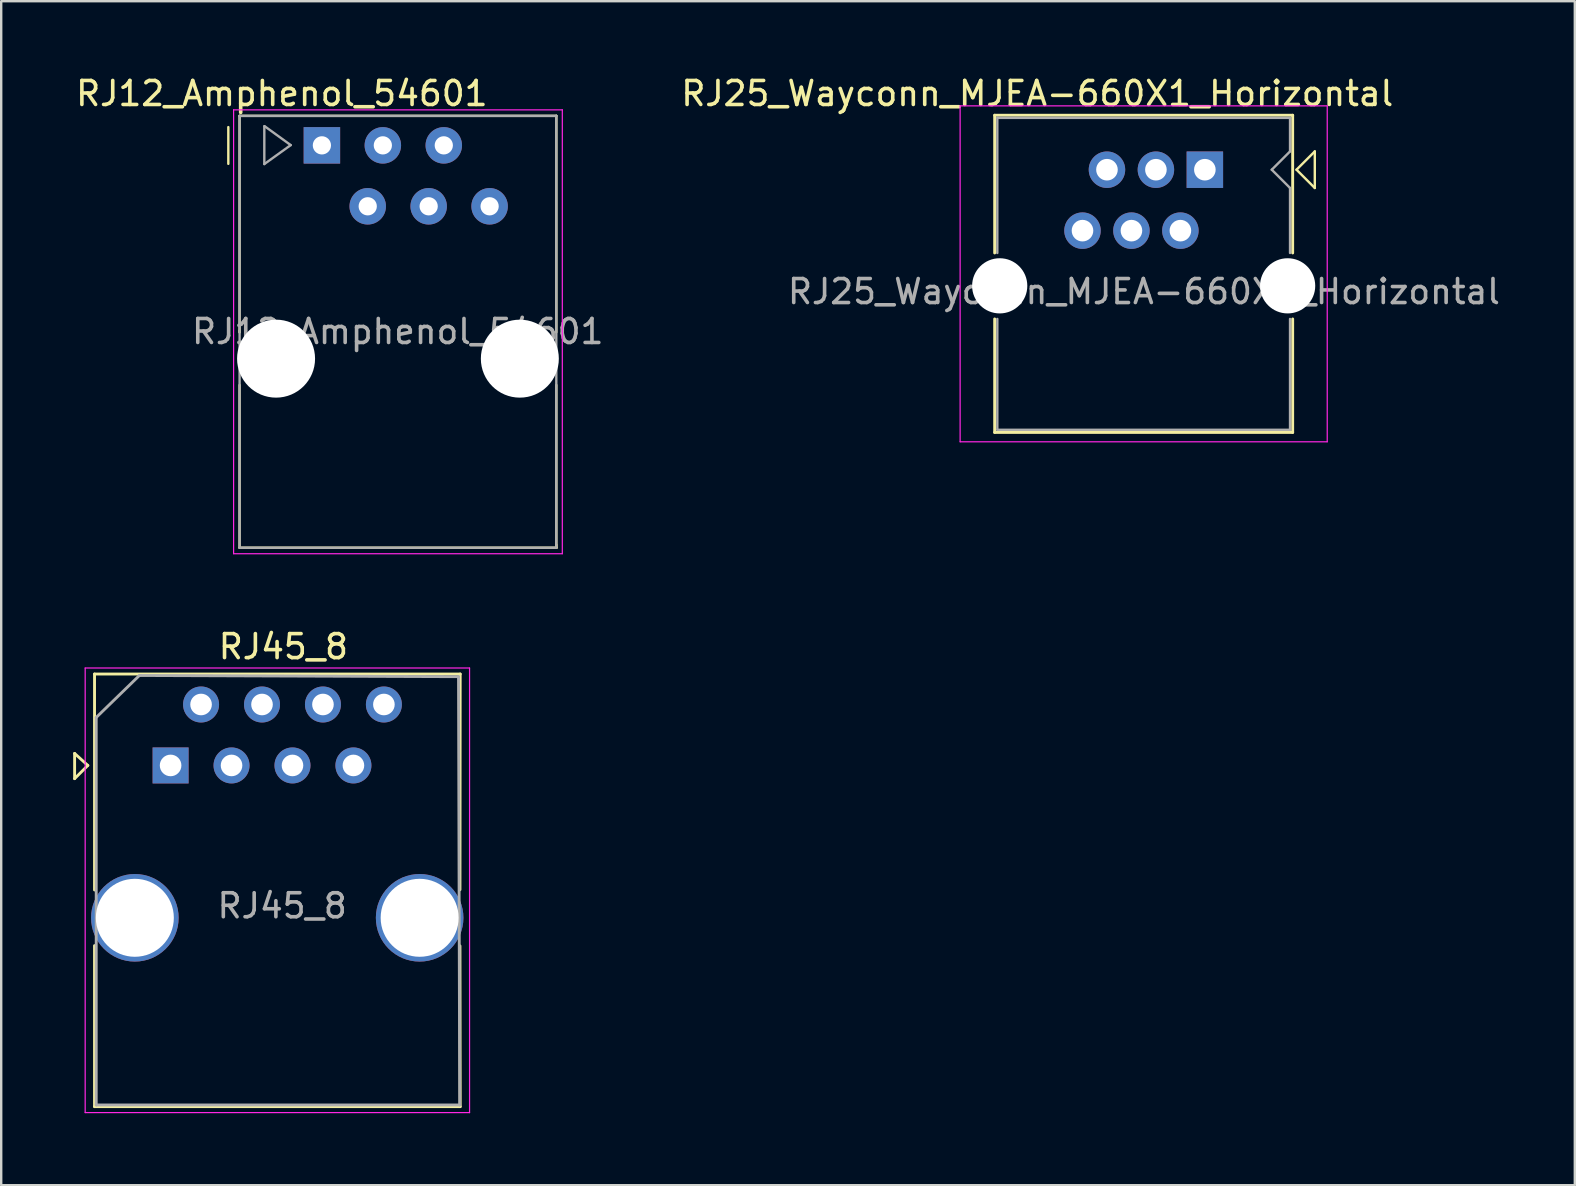
<source format=kicad_pcb>
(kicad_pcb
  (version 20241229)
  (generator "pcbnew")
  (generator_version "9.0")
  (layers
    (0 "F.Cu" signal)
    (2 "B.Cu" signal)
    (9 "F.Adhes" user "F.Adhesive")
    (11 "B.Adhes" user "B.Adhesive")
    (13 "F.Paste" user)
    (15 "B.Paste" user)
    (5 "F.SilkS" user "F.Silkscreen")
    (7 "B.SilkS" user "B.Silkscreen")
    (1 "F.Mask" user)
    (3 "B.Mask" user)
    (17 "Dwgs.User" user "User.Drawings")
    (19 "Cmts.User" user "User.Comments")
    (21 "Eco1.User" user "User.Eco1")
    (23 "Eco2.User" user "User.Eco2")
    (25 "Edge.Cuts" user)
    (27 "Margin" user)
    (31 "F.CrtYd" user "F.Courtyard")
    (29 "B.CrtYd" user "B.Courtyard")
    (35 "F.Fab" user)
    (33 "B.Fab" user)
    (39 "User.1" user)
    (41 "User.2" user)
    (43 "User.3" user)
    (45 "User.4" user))
  (footprint "RJ12_Amphenol_54601"
    (layer "F.Cu")
    (at 10.366 3.008)
    (property "Reference" "RJ12_Amphenol_54601" (at -1.67 -2.16 0) (layer "F.SilkS") (effects (font (size 1 1) (thickness 0.15))))
    (attr through_hole)
    (fp_line (start -3.9 0.77) (end -3.9 -0.76) (stroke (width 0.1) (type solid)) (layer "F.SilkS"))
    (fp_line (start -3.43 -1.23) (end 9.77 -1.23) (stroke (width 0.1) (type solid)) (layer "F.SilkS"))
    (fp_line (start -3.43 7.72) (end -3.43 7.79) (stroke (width 0.1) (type solid)) (layer "F.SilkS"))
    (fp_line (start -3.43 7.79) (end -3.43 -1.23) (stroke (width 0.1) (type solid)) (layer "F.SilkS"))
    (fp_line (start -3.43 16.77) (end -3.43 9.99) (stroke (width 0.1) (type solid)) (layer "F.SilkS"))
    (fp_line (start 9.77 -1.23) (end 9.77 7.79) (stroke (width 0.1) (type solid)) (layer "F.SilkS"))
    (fp_line (start 9.77 16.65) (end 9.77 16.77) (stroke (width 0.1) (type solid)) (layer "F.SilkS"))
    (fp_line (start 9.77 16.76) (end 9.77 16.77) (stroke (width 0.1) (type solid)) (layer "F.SilkS"))
    (fp_line (start 9.77 16.77) (end -3.43 16.77) (stroke (width 0.1) (type solid)) (layer "F.SilkS"))
    (fp_line (start 9.77 16.77) (end 9.77 9.99) (stroke (width 0.1) (type solid)) (layer "F.SilkS"))
    (fp_line (start -3.68 -1.48) (end 10.02 -1.48) (stroke (width 0.05) (type solid)) (layer "F.CrtYd"))
    (fp_line (start -3.68 17.02) (end -3.68 -1.48) (stroke (width 0.05) (type solid)) (layer "F.CrtYd"))
    (fp_line (start 10.02 -1.48) (end 10.02 17.02) (stroke (width 0.05) (type solid)) (layer "F.CrtYd"))
    (fp_line (start 10.02 17.02) (end -3.68 17.02) (stroke (width 0.05) (type solid)) (layer "F.CrtYd"))
    (fp_line (start -3.43 -1.23) (end 9.77 -1.23) (stroke (width 0.1) (type solid)) (layer "F.Fab"))
    (fp_line (start -3.43 16.77) (end -3.43 -1.23) (stroke (width 0.1) (type solid)) (layer "F.Fab"))
    (fp_line (start -2.4 -0.8) (end -2.4 0.78) (stroke (width 0.1) (type solid)) (layer "F.Fab"))
    (fp_line (start -2.39 -0.8) (end -1.3 -0.01) (stroke (width 0.1) (type solid)) (layer "F.Fab"))
    (fp_line (start -1.3 -0.01) (end -2.4 0.78) (stroke (width 0.1) (type solid)) (layer "F.Fab"))
    (fp_line (start 9.77 -1.23) (end 9.77 16.77) (stroke (width 0.1) (type solid)) (layer "F.Fab"))
    (fp_line (start 9.77 16.77) (end -3.43 16.77) (stroke (width 0.1) (type solid)) (layer "F.Fab"))
    (fp_text user "${REFERENCE}" (at 3.16 7.76 0) (layer "F.Fab") (effects (font (size 1 1) (thickness 0.15))))
    (pad "" np_thru_hole circle (at -1.91 8.89) (size 3.25 3.25) (drill 3.25) (layers "*.Cu" "*.Mask"))
    (pad "" np_thru_hole circle (at 8.25 8.89) (size 3.25 3.25) (drill 3.25) (layers "*.Cu" "*.Mask"))
    (pad "1" thru_hole rect (at 0 0) (size 1.52 1.52) (drill 0.76) (layers "*.Cu" "*.Mask"))
    (pad "2" thru_hole circle (at 1.91 2.54) (size 1.52 1.52) (drill 0.76) (layers "*.Cu" "*.Mask"))
    (pad "3" thru_hole circle (at 2.54 0) (size 1.52 1.52) (drill 0.76) (layers "*.Cu" "*.Mask"))
    (pad "4" thru_hole circle (at 4.45 2.54) (size 1.52 1.52) (drill 0.76) (layers "*.Cu" "*.Mask"))
    (pad "5" thru_hole circle (at 5.08 0) (size 1.52 1.52) (drill 0.76) (layers "*.Cu" "*.Mask"))
    (pad "6" thru_hole circle (at 6.99 2.54) (size 1.52 1.52) (drill 0.76) (layers "*.Cu" "*.Mask")))
  (footprint "RJ25_Wayconn_MJEA-660X1_Horizontal"
    (layer "F.Cu")
    (at 47.166 4.023)
    (property "Reference" "RJ25_Wayconn_MJEA-660X1_Horizontal" (at -6.985 -3.175 0) (layer "F.SilkS") (effects (font (size 1 1) (thickness 0.15))))
    (attr through_hole)
    (fp_line (start -8.76 -2.27) (end -8.76 3.47) (stroke (width 0.12) (type solid)) (layer "F.SilkS"))
    (fp_line (start -8.76 -2.27) (end 3.66 -2.27) (stroke (width 0.12) (type solid)) (layer "F.SilkS"))
    (fp_line (start -8.76 6.22) (end -8.76 10.95) (stroke (width 0.12) (type solid)) (layer "F.SilkS"))
    (fp_line (start -8.76 10.95) (end 3.66 10.95) (stroke (width 0.12) (type solid)) (layer "F.SilkS"))
    (fp_line (start 3.66 -2.27) (end 3.66 3.47) (stroke (width 0.12) (type solid)) (layer "F.SilkS"))
    (fp_line (start 3.66 6.22) (end 3.66 10.95) (stroke (width 0.12) (type solid)) (layer "F.SilkS"))
    (fp_line (start 3.82 0) (end 4.582 0.762) (stroke (width 0.1) (type solid)) (layer "F.SilkS"))
    (fp_line (start 4.582 -0.762) (end 3.82 0) (stroke (width 0.1) (type solid)) (layer "F.SilkS"))
    (fp_line (start 4.582 -0.762) (end 4.582 0.762) (stroke (width 0.1) (type solid)) (layer "F.SilkS"))
    (fp_line (start -10.2 -2.66) (end -10.2 11.34) (stroke (width 0.05) (type solid)) (layer "F.CrtYd"))
    (fp_line (start -10.2 -2.66) (end 5.1 -2.66) (stroke (width 0.05) (type solid)) (layer "F.CrtYd"))
    (fp_line (start 5.1 11.34) (end -10.2 11.34) (stroke (width 0.05) (type solid)) (layer "F.CrtYd"))
    (fp_line (start 5.1 11.34) (end 5.1 -2.66) (stroke (width 0.05) (type solid)) (layer "F.CrtYd"))
    (fp_line (start -8.65 -2.16) (end -8.65 3.47) (stroke (width 0.1) (type solid)) (layer "F.Fab"))
    (fp_line (start -8.65 -2.16) (end 3.55 -2.16) (stroke (width 0.1) (type solid)) (layer "F.Fab"))
    (fp_line (start -8.65 6.22) (end -8.65 10.84) (stroke (width 0.1) (type solid)) (layer "F.Fab"))
    (fp_line (start -8.65 10.84) (end 3.55 10.84) (stroke (width 0.1) (type solid)) (layer "F.Fab"))
    (fp_line (start 2.788 0) (end 3.55 0.762) (stroke (width 0.1) (type solid)) (layer "F.Fab"))
    (fp_line (start 3.55 -2.16) (end 3.55 -0.762) (stroke (width 0.1) (type solid)) (layer "F.Fab"))
    (fp_line (start 3.55 -0.762) (end 2.788 0) (stroke (width 0.1) (type solid)) (layer "F.Fab"))
    (fp_line (start 3.55 0.762) (end 3.55 3.47) (stroke (width 0.1) (type solid)) (layer "F.Fab"))
    (fp_line (start 3.55 6.22) (end 3.55 10.84) (stroke (width 0.1) (type solid)) (layer "F.Fab"))
    (fp_text user "${REFERENCE}" (at -2.54 5.08 0) (layer "F.Fab") (effects (font (size 1 1) (thickness 0.15))))
    (pad "" np_thru_hole circle (at -8.55 4.84) (size 2.3 2.3) (drill 2.3) (layers "*.Cu" "*.Mask"))
    (pad "" np_thru_hole circle (at 3.45 4.84) (size 2.3 2.3) (drill 2.3) (layers "*.Cu" "*.Mask"))
    (pad "1" thru_hole rect (at 0 0) (size 1.52 1.52) (drill 0.9) (layers "*.Cu" "*.Mask"))
    (pad "2" thru_hole circle (at -1.02 2.54) (size 1.52 1.52) (drill 0.9) (layers "*.Cu" "*.Mask"))
    (pad "3" thru_hole circle (at -2.04 0) (size 1.52 1.52) (drill 0.9) (layers "*.Cu" "*.Mask"))
    (pad "4" thru_hole circle (at -3.06 2.54) (size 1.52 1.52) (drill 0.9) (layers "*.Cu" "*.Mask"))
    (pad "5" thru_hole circle (at -4.08 0) (size 1.52 1.52) (drill 0.9) (layers "*.Cu" "*.Mask"))
    (pad "6" thru_hole circle (at -5.1 2.54) (size 1.52 1.52) (drill 0.9) (layers "*.Cu" "*.Mask")))
  (footprint "RJ45_8"
    (layer "F.Cu")
    (at 4.06 28.852)
    (property "Reference" "RJ45_8" (at 4.7 -4.95 0) (layer "F.SilkS") (effects (font (size 1 1) (thickness 0.15))))
    (attr through_hole)
    (fp_line (start -4 -0.5) (end -4 0.55) (stroke (width 0.12) (type solid)) (layer "F.SilkS"))
    (fp_line (start -4 0.55) (end -3.45 0) (stroke (width 0.12) (type solid)) (layer "F.SilkS"))
    (fp_line (start -3.45 0) (end -4 -0.5) (stroke (width 0.12) (type solid)) (layer "F.SilkS"))
    (fp_line (start -3.17 -3.81) (end -3.17 5.19) (stroke (width 0.12) (type solid)) (layer "F.SilkS"))
    (fp_line (start -3.17 7.51) (end -3.17 14.22) (stroke (width 0.12) (type solid)) (layer "F.SilkS"))
    (fp_line (start -3.17 14.22) (end 12.07 14.22) (stroke (width 0.12) (type solid)) (layer "F.SilkS"))
    (fp_line (start 12.06 7.52) (end 12.07 14.22) (stroke (width 0.12) (type solid)) (layer "F.SilkS"))
    (fp_line (start 12.07 -3.81) (end -3.17 -3.81) (stroke (width 0.12) (type solid)) (layer "F.SilkS"))
    (fp_line (start 12.07 -3.81) (end 12.06 5.18) (stroke (width 0.12) (type solid)) (layer "F.SilkS"))
    (fp_line (start -3.56 -4.06) (end -3.56 14.47) (stroke (width 0.05) (type solid)) (layer "F.CrtYd"))
    (fp_line (start -3.56 -4.06) (end 12.46 -4.06) (stroke (width 0.05) (type solid)) (layer "F.CrtYd"))
    (fp_line (start 12.46 14.47) (end -3.56 14.47) (stroke (width 0.05) (type solid)) (layer "F.CrtYd"))
    (fp_line (start 12.46 14.47) (end 12.46 -4.06) (stroke (width 0.05) (type solid)) (layer "F.CrtYd"))
    (fp_line (start -3.1 -2) (end -1.3 -3.75) (stroke (width 0.12) (type solid)) (layer "F.Fab"))
    (fp_line (start -3.1 14.15) (end -3.1 -2) (stroke (width 0.12) (type solid)) (layer "F.Fab"))
    (fp_line (start -1.3 -3.75) (end 12 -3.7) (stroke (width 0.12) (type solid)) (layer "F.Fab"))
    (fp_line (start 12 -3.7) (end 12.05 14.15) (stroke (width 0.12) (type solid)) (layer "F.Fab"))
    (fp_line (start 12.05 14.15) (end -3.1 14.15) (stroke (width 0.12) (type solid)) (layer "F.Fab"))
    (fp_text user "${REFERENCE}" (at 4.65 5.85 0) (layer "F.Fab") (effects (font (size 1 1) (thickness 0.15))))
    (pad "" np_thru_hole circle (at -1.49 6.35) (size 3.65 3.65) (drill 3.25) (layers "*.Cu" "*.Mask"))
    (pad "" np_thru_hole circle (at 10.38 6.35) (size 3.65 3.65) (drill 3.25) (layers "*.Cu" "*.Mask"))
    (pad "1" thru_hole rect (at 0 0) (size 1.5 1.5) (drill 0.9) (layers "*.Cu" "*.Mask"))
    (pad "2" thru_hole circle (at 1.27 -2.54) (size 1.5 1.5) (drill 0.9) (layers "*.Cu" "*.Mask"))
    (pad "3" thru_hole circle (at 2.54 0) (size 1.5 1.5) (drill 0.9) (layers "*.Cu" "*.Mask"))
    (pad "4" thru_hole circle (at 3.81 -2.54) (size 1.5 1.5) (drill 0.9) (layers "*.Cu" "*.Mask"))
    (pad "5" thru_hole circle (at 5.08 0) (size 1.5 1.5) (drill 0.9) (layers "*.Cu" "*.Mask"))
    (pad "6" thru_hole circle (at 6.35 -2.54) (size 1.5 1.5) (drill 0.9) (layers "*.Cu" "*.Mask"))
    (pad "7" thru_hole circle (at 7.62 0) (size 1.5 1.5) (drill 0.9) (layers "*.Cu" "*.Mask"))
    (pad "8" thru_hole circle (at 8.89 -2.54) (size 1.5 1.5) (drill 0.9) (layers "*.Cu" "*.Mask")))
  (gr_rect
    (start -3 -3)
    (end 62.585 46.346)
    (stroke (width 0.1) (type default))
    (fill no)
    (layer "Edge.Cuts")))
</source>
